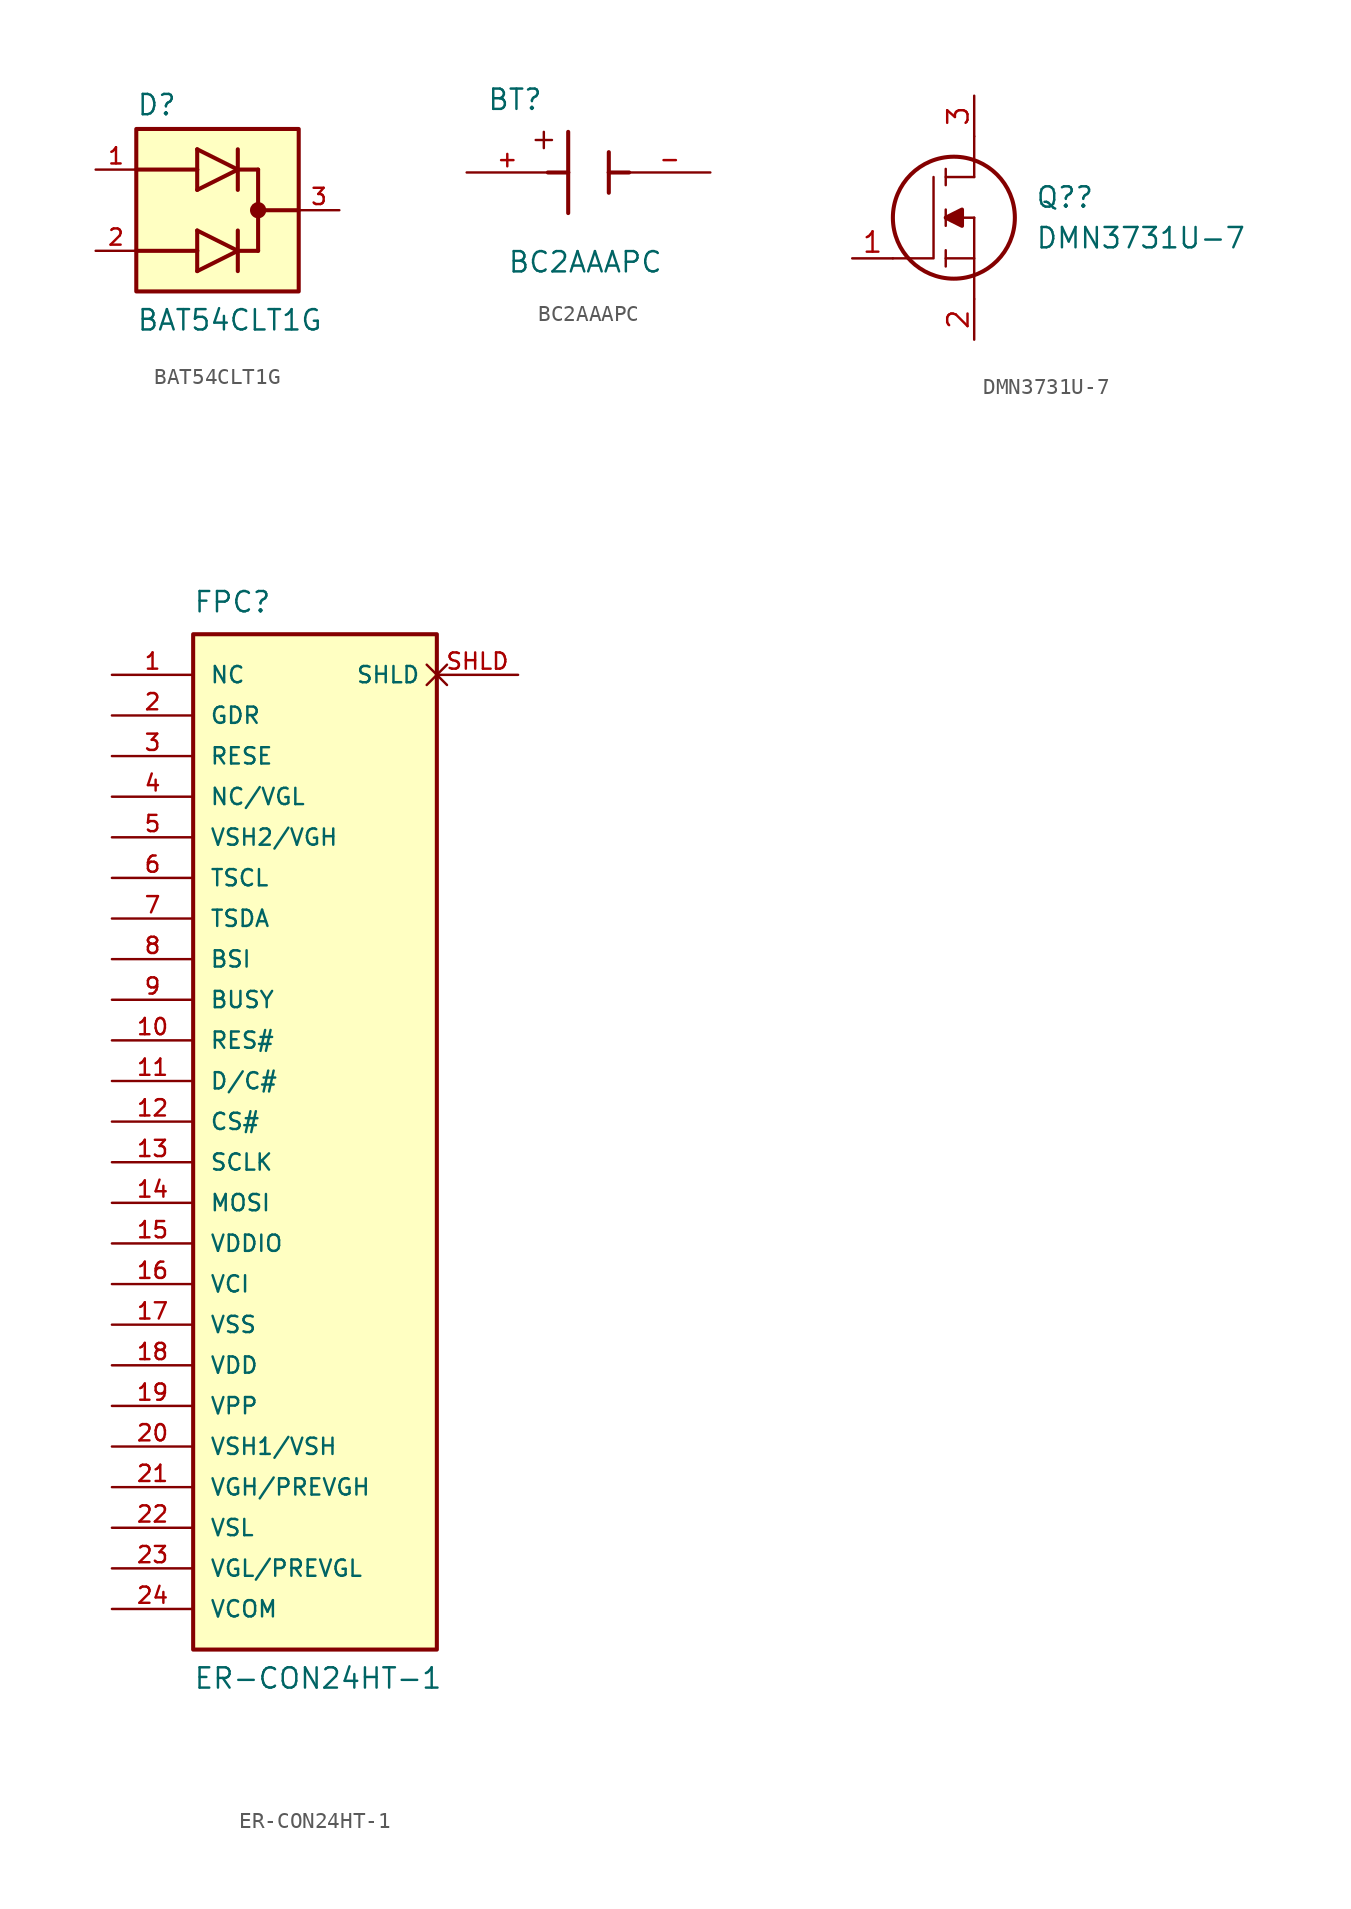
<source format=kicad_sym>
(kicad_symbol_lib
  (version 20220914)
  (generator kicad_symbol_editor)
  (symbol "BAT54CLT1G"
    (pin_names
      (offset 1.016))
    (property "Reference" "D"
      (at -2.54 5.842 0)
      (effects (font (size 1.27 1.27)) (justify left bottom)))
    (property "Value" "BAT54CLT1G"
      (at -2.54 -7.62 0)
      (effects (font (size 1.27 1.27)) (justify left bottom)))
    (symbol "BAT54CLT1G_0_0"
      (rectangle (start -2.54 -5.08) (end 7.62 5.08) (stroke (width 0.254) (type default)) (fill (type background)))
      (polyline (pts (xy 1.27 -3.81) (xy 3.81 -2.54)) (stroke (width 0.254) (type default)) (fill (type none)))
      (polyline (pts (xy 1.27 -2.54) (xy -2.54 -2.54)) (stroke (width 0.254) (type default)) (fill (type none)))
      (polyline (pts (xy 1.27 -2.54) (xy 1.27 -3.81)) (stroke (width 0.254) (type default)) (fill (type none)))
      (polyline (pts (xy 1.27 -1.27) (xy 1.27 -2.54)) (stroke (width 0.254) (type default)) (fill (type none)))
      (polyline (pts (xy 1.27 1.27) (xy 3.81 2.54)) (stroke (width 0.254) (type default)) (fill (type none)))
      (polyline (pts (xy 1.27 2.54) (xy -2.54 2.54)) (stroke (width 0.254) (type default)) (fill (type none)))
      (polyline (pts (xy 1.27 2.54) (xy 1.27 1.27)) (stroke (width 0.254) (type default)) (fill (type none)))
      (polyline (pts (xy 1.27 3.81) (xy 1.27 2.54)) (stroke (width 0.254) (type default)) (fill (type none)))
      (polyline (pts (xy 3.81 -2.54) (xy 1.27 -1.27)) (stroke (width 0.254) (type default)) (fill (type none)))
      (polyline (pts (xy 3.81 -2.54) (xy 3.81 -3.81)) (stroke (width 0.254) (type default)) (fill (type none)))
      (polyline (pts (xy 3.81 -1.27) (xy 3.81 -2.54)) (stroke (width 0.254) (type default)) (fill (type none)))
      (polyline (pts (xy 3.81 2.54) (xy 1.27 3.81)) (stroke (width 0.254) (type default)) (fill (type none)))
      (polyline (pts (xy 3.81 2.54) (xy 3.81 1.27)) (stroke (width 0.254) (type default)) (fill (type none)))
      (polyline (pts (xy 3.81 3.81) (xy 3.81 2.54)) (stroke (width 0.254) (type default)) (fill (type none)))
      (polyline (pts (xy 5.08 -2.54) (xy 3.81 -2.54)) (stroke (width 0.254) (type default)) (fill (type none)))
      (polyline (pts (xy 5.08 0) (xy 5.08 -2.54)) (stroke (width 0.254) (type default)) (fill (type none)))
      (polyline (pts (xy 5.08 0) (xy 7.62 0)) (stroke (width 0.254) (type default)) (fill (type none)))
      (polyline (pts (xy 5.08 2.54) (xy 3.81 2.54)) (stroke (width 0.254) (type default)) (fill (type none)))
      (polyline (pts (xy 5.08 2.54) (xy 5.08 0)) (stroke (width 0.254) (type default)) (fill (type none)))
      (circle (center 5.08 0) (radius 0.254) (stroke (width 0.508) (type default)) (fill (type none)))
      (pin passive line (at -5.08 2.54 0) (length 2.54) (name "~" (effects (font (size 1.016 1.016)))) (number "1" (effects (font (size 1.016 1.016)))))
      (pin passive line (at -5.08 -2.54 0) (length 2.54) (name "~" (effects (font (size 1.016 1.016)))) (number "2" (effects (font (size 1.016 1.016)))))
      (pin passive line (at 10.16 0 180) (length 2.54) (name "~" (effects (font (size 1.016 1.016)))) (number "3" (effects (font (size 1.016 1.016)))))))
  (symbol "BC2AAAPC"
    (pin_names
      (offset 1.016))
    (property "Reference" "BT"
      (at -6.361 3.814 0)
      (effects (font (size 1.27 1.27)) (justify left bottom)))
    (property "Value" "BC2AAAPC"
      (at -5.08 -6.35 0)
      (effects (font (size 1.27 1.27)) (justify left bottom)))
    (symbol "BC2AAAPC_0_0"
      (polyline (pts (xy -3.302 2.032) (xy -2.286 2.032)) (stroke (width 0.152) (type default)) (fill (type none)))
      (polyline (pts (xy -2.794 2.54) (xy -2.794 1.524)) (stroke (width 0.152) (type default)) (fill (type none)))
      (polyline (pts (xy -2.54 0) (xy -1.27 0)) (stroke (width 0.254) (type default)) (fill (type none)))
      (polyline (pts (xy -1.27 0) (xy -1.27 -2.54)) (stroke (width 0.254) (type default)) (fill (type none)))
      (polyline (pts (xy -1.27 2.54) (xy -1.27 0)) (stroke (width 0.254) (type default)) (fill (type none)))
      (polyline (pts (xy 1.27 0) (xy 1.27 -1.27)) (stroke (width 0.254) (type default)) (fill (type none)))
      (polyline (pts (xy 1.27 0) (xy 2.54 0)) (stroke (width 0.254) (type default)) (fill (type none)))
      (polyline (pts (xy 1.27 1.27) (xy 1.27 0)) (stroke (width 0.254) (type default)) (fill (type none)))
      (pin passive line (at -7.62 0 0) (length 5.08) (name "~" (effects (font (size 1.016 1.016)))) (number "+" (effects (font (size 1.016 1.016)))))
      (pin passive line (at 7.62 0 180) (length 5.08) (name "~" (effects (font (size 1.016 1.016)))) (number "-" (effects (font (size 1.016 1.016)))))))
  (symbol "DMN3731U-7"
    (pin_names
      (offset 0.762))
    (property "Reference" "Q?"
      (at 11.43 3.81 0)
      (effects (font (size 1.27 1.27)) (justify left)))
    (property "Value" "DMN3731U-7"
      (at 11.43 1.27 0)
      (effects (font (size 1.27 1.27)) (justify left)))
    (symbol "DMN3731U-7_0_0"
      (pin passive line (at 0 0 0) (length 2.54) (name "~" (effects (font (size 1.27 1.27)))) (number "1" (effects (font (size 1.27 1.27)))))
      (pin passive line (at 7.62 -5.08 90) (length 2.54) (name "~" (effects (font (size 1.27 1.27)))) (number "2" (effects (font (size 1.27 1.27)))))
      (pin passive line (at 7.62 10.16 270) (length 2.54) (name "~" (effects (font (size 1.27 1.27)))) (number "3" (effects (font (size 1.27 1.27))))))
    (symbol "DMN3731U-7_0_1"
      (polyline (pts (xy 5.842 -0.508) (xy 5.842 0.508)) (stroke (width 0.152) (type default)) (fill (type none)))
      (polyline (pts (xy 5.842 0) (xy 7.62 0)) (stroke (width 0.152) (type default)) (fill (type none)))
      (polyline (pts (xy 5.842 2.032) (xy 5.842 3.048)) (stroke (width 0.152) (type default)) (fill (type none)))
      (polyline (pts (xy 5.842 5.588) (xy 5.842 4.572)) (stroke (width 0.152) (type default)) (fill (type none)))
      (polyline (pts (xy 7.62 2.54) (xy 5.842 2.54)) (stroke (width 0.152) (type default)) (fill (type none)))
      (polyline (pts (xy 7.62 2.54) (xy 7.62 -2.54)) (stroke (width 0.152) (type default)) (fill (type none)))
      (polyline (pts (xy 7.62 5.08) (xy 5.842 5.08)) (stroke (width 0.152) (type default)) (fill (type none)))
      (polyline (pts (xy 7.62 5.08) (xy 7.62 7.62)) (stroke (width 0.152) (type default)) (fill (type none)))
      (polyline (pts (xy 2.54 0) (xy 5.08 0) (xy 5.08 5.08)) (stroke (width 0.152) (type default)) (fill (type none)))
      (polyline (pts (xy 5.842 2.54) (xy 6.858 3.048) (xy 6.858 2.032) (xy 5.842 2.54)) (stroke (width 0.254) (type default)) (fill (type outline)))
      (circle (center 6.35 2.54) (radius 3.81) (stroke (width 0.254) (type default)) (fill (type none)))))
  (symbol "ER-CON24HT-1"
    (pin_names
      (offset 1.016))
    (property "Reference" "FPC"
      (at 0 1.27 0)
      (effects (font (size 1.27 1.27)) (justify left bottom)))
    (property "Value" "ER-CON24HT-1"
      (at 0 -66.04 0)
      (effects (font (size 1.27 1.27)) (justify left bottom)))
    (symbol "ER-CON24HT-1_0_0"
      (rectangle (start 0 0) (end 15.24 -63.5) (stroke (width 0.254) (type default)) (fill (type background)))
      (pin bidirectional line (at -5.08 -2.54 0) (length 5.08) (name "NC" (effects (font (size 1.016 1.016)))) (number "1" (effects (font (size 1.016 1.016)))))
      (pin bidirectional line (at -5.08 -25.4 0) (length 5.08) (name "RES#" (effects (font (size 1.016 1.016)))) (number "10" (effects (font (size 1.016 1.016)))))
      (pin bidirectional line (at -5.08 -27.94 0) (length 5.08) (name "D/C#" (effects (font (size 1.016 1.016)))) (number "11" (effects (font (size 1.016 1.016)))))
      (pin bidirectional line (at -5.08 -30.48 0) (length 5.08) (name "CS#" (effects (font (size 1.016 1.016)))) (number "12" (effects (font (size 1.016 1.016)))))
      (pin bidirectional line (at -5.08 -33.02 0) (length 5.08) (name "SCLK" (effects (font (size 1.016 1.016)))) (number "13" (effects (font (size 1.016 1.016)))))
      (pin bidirectional line (at -5.08 -35.56 0) (length 5.08) (name "MOSI" (effects (font (size 1.016 1.016)))) (number "14" (effects (font (size 1.016 1.016)))))
      (pin bidirectional line (at -5.08 -38.1 0) (length 5.08) (name "VDDIO" (effects (font (size 1.016 1.016)))) (number "15" (effects (font (size 1.016 1.016)))))
      (pin bidirectional line (at -5.08 -40.64 0) (length 5.08) (name "VCI" (effects (font (size 1.016 1.016)))) (number "16" (effects (font (size 1.016 1.016)))))
      (pin bidirectional line (at -5.08 -43.18 0) (length 5.08) (name "VSS" (effects (font (size 1.016 1.016)))) (number "17" (effects (font (size 1.016 1.016)))))
      (pin bidirectional line (at -5.08 -45.72 0) (length 5.08) (name "VDD" (effects (font (size 1.016 1.016)))) (number "18" (effects (font (size 1.016 1.016)))))
      (pin bidirectional line (at -5.08 -48.26 0) (length 5.08) (name "VPP" (effects (font (size 1.016 1.016)))) (number "19" (effects (font (size 1.016 1.016)))))
      (pin bidirectional line (at -5.08 -5.08 0) (length 5.08) (name "GDR" (effects (font (size 1.016 1.016)))) (number "2" (effects (font (size 1.016 1.016)))))
      (pin bidirectional line (at -5.08 -50.8 0) (length 5.08) (name "VSH1/VSH" (effects (font (size 1.016 1.016)))) (number "20" (effects (font (size 1.016 1.016)))))
      (pin bidirectional line (at -5.08 -53.34 0) (length 5.08) (name "VGH/PREVGH" (effects (font (size 1.016 1.016)))) (number "21" (effects (font (size 1.016 1.016)))))
      (pin bidirectional line (at -5.08 -55.88 0) (length 5.08) (name "VSL" (effects (font (size 1.016 1.016)))) (number "22" (effects (font (size 1.016 1.016)))))
      (pin bidirectional line (at -5.08 -58.42 0) (length 5.08) (name "VGL/PREVGL" (effects (font (size 1.016 1.016)))) (number "23" (effects (font (size 1.016 1.016)))))
      (pin bidirectional line (at -5.08 -60.96 0) (length 5.08) (name "VCOM" (effects (font (size 1.016 1.016)))) (number "24" (effects (font (size 1.016 1.016)))))
      (pin bidirectional line (at -5.08 -7.62 0) (length 5.08) (name "RESE" (effects (font (size 1.016 1.016)))) (number "3" (effects (font (size 1.016 1.016)))))
      (pin bidirectional line (at -5.08 -10.16 0) (length 5.08) (name "NC/VGL" (effects (font (size 1.016 1.016)))) (number "4" (effects (font (size 1.016 1.016)))))
      (pin bidirectional line (at -5.08 -12.7 0) (length 5.08) (name "VSH2/VGH" (effects (font (size 1.016 1.016)))) (number "5" (effects (font (size 1.016 1.016)))))
      (pin bidirectional line (at -5.08 -15.24 0) (length 5.08) (name "TSCL" (effects (font (size 1.016 1.016)))) (number "6" (effects (font (size 1.016 1.016)))))
      (pin bidirectional line (at -5.08 -17.78 0) (length 5.08) (name "TSDA" (effects (font (size 1.016 1.016)))) (number "7" (effects (font (size 1.016 1.016)))))
      (pin bidirectional line (at -5.08 -20.32 0) (length 5.08) (name "BSI" (effects (font (size 1.016 1.016)))) (number "8" (effects (font (size 1.016 1.016)))))
      (pin bidirectional line (at -5.08 -22.86 0) (length 5.08) (name "BUSY" (effects (font (size 1.016 1.016)))) (number "9" (effects (font (size 1.016 1.016)))))
      (pin passive non_logic (at 20.32 -2.54 180) (length 5.08) (name "SHLD" (effects (font (size 1.016 1.016)))) (number "SHLD" (effects (font (size 1.016 1.016))))))))
</source>
